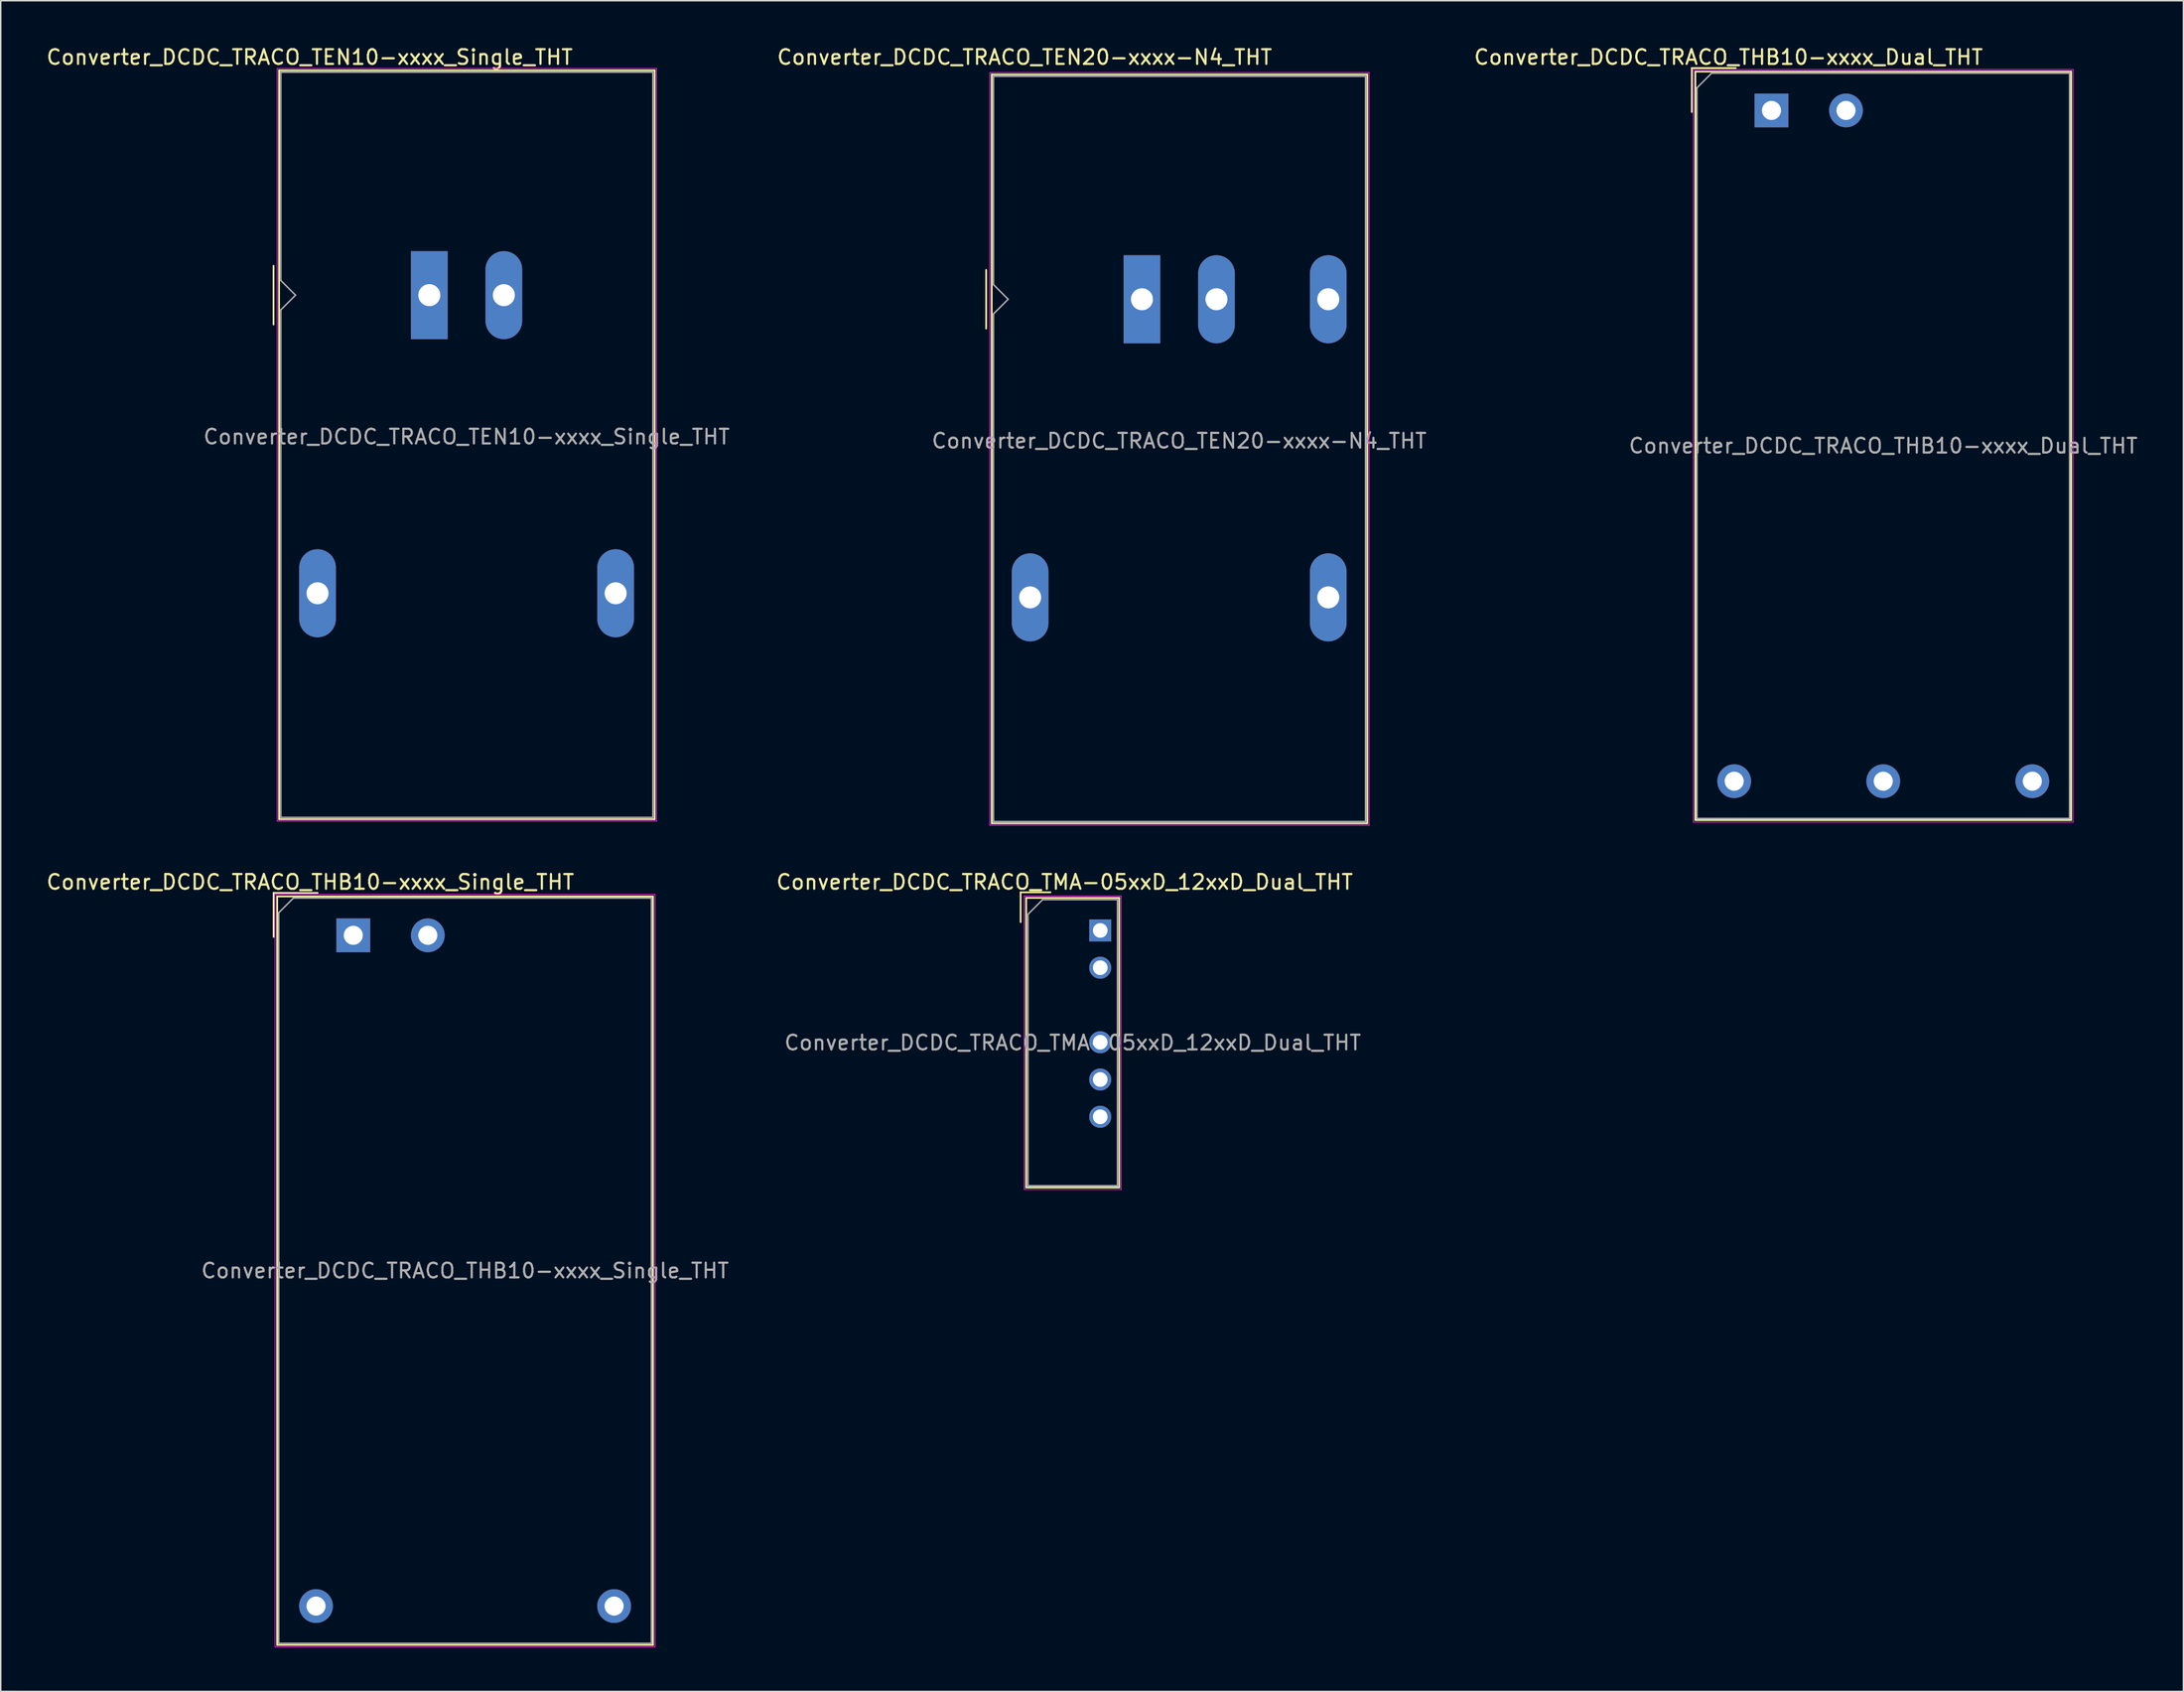
<source format=kicad_pcb>
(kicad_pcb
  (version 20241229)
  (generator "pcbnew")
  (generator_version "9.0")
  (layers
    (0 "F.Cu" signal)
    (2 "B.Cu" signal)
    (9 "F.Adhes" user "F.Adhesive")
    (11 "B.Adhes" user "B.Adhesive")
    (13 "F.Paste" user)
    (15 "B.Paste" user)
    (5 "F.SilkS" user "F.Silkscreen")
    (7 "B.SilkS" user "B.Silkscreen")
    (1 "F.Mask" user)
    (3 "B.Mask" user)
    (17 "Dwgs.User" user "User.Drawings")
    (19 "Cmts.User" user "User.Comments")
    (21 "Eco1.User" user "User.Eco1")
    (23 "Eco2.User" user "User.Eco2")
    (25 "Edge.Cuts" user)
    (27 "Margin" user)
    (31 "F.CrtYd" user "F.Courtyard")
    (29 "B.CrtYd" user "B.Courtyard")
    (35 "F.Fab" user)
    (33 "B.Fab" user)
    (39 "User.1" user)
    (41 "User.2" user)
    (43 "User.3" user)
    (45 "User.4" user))
  (footprint "Converter_DCDC_TRACO_TMA-05xxD_12xxD_Dual_THT"
    (layer "F.Cu")
    (at 71.945 60.371)
    (property "Reference" "Converter_DCDC_TRACO_TMA-05xxD_12xxD_Dual_THT" (at -2.425 -3.3 0) (layer "F.SilkS") (effects (font (size 1 1) (thickness 0.15))))
    (attr through_hole)
    (fp_line (start -5.425 -2.6) (end -3.392 -2.6) (stroke (width 0.12) (type solid)) (layer "F.SilkS"))
    (fp_line (start -5.425 -0.567) (end -5.425 -2.6) (stroke (width 0.12) (type solid)) (layer "F.SilkS"))
    (fp_line (start -5.045 -2.22) (end -5.045 17.52) (stroke (width 0.12) (type solid)) (layer "F.SilkS"))
    (fp_line (start -5.045 -2.22) (end 1.295 -2.22) (stroke (width 0.12) (type solid)) (layer "F.SilkS"))
    (fp_line (start -5.045 17.52) (end 1.295 17.52) (stroke (width 0.12) (type solid)) (layer "F.SilkS"))
    (fp_line (start 1.295 -2.22) (end 1.295 17.52) (stroke (width 0.12) (type solid)) (layer "F.SilkS"))
    (fp_line (start -5.18 -2.35) (end -5.18 17.65) (stroke (width 0.05) (type solid)) (layer "F.CrtYd"))
    (fp_line (start -5.18 -2.35) (end 1.43 -2.35) (stroke (width 0.05) (type solid)) (layer "F.CrtYd"))
    (fp_line (start -5.18 17.65) (end 1.43 17.65) (stroke (width 0.05) (type solid)) (layer "F.CrtYd"))
    (fp_line (start 1.43 -2.35) (end 1.43 17.65) (stroke (width 0.05) (type solid)) (layer "F.CrtYd"))
    (fp_line (start -4.925 -1.1) (end -3.925 -2.1) (stroke (width 0.1) (type solid)) (layer "F.Fab"))
    (fp_line (start -4.925 17.4) (end -4.925 -1.1) (stroke (width 0.1) (type solid)) (layer "F.Fab"))
    (fp_line (start -3.925 -2.1) (end 1.175 -2.1) (stroke (width 0.1) (type solid)) (layer "F.Fab"))
    (fp_line (start 1.175 -2.1) (end 1.175 17.4) (stroke (width 0.1) (type solid)) (layer "F.Fab"))
    (fp_line (start 1.175 17.4) (end -4.925 17.4) (stroke (width 0.1) (type solid)) (layer "F.Fab"))
    (fp_text user "${REFERENCE}" (at -1.875 7.65 0) (layer "F.Fab") (effects (font (size 1 1) (thickness 0.15))))
    (pad "1" thru_hole rect (at 0 0) (size 1.5 1.5) (drill 1) (layers "*.Cu" "*.Mask"))
    (pad "2" thru_hole circle (at 0 2.54) (size 1.5 1.5) (drill 1) (layers "*.Cu" "*.Mask"))
    (pad "4" thru_hole circle (at 0 7.62) (size 1.5 1.5) (drill 1) (layers "*.Cu" "*.Mask"))
    (pad "5" thru_hole circle (at 0 10.16) (size 1.5 1.5) (drill 1) (layers "*.Cu" "*.Mask"))
    (pad "6" thru_hole circle (at 0 12.7) (size 1.5 1.5) (drill 1) (layers "*.Cu" "*.Mask")))
  (footprint "Converter_DCDC_TRACO_TEN20-xxxx-N4_THT"
    (layer "F.Cu")
    (at 74.789 17.348)
    (property "Reference" "Converter_DCDC_TRACO_TEN20-xxxx-N4_THT" (at -8 -16.5 180) (layer "F.SilkS") (effects (font (size 1 1) (thickness 0.15))))
    (attr through_hole)
    (fp_line (start -10.62 -2) (end -10.62 2) (stroke (width 0.12) (type solid)) (layer "F.SilkS"))
    (fp_line (start -10.24 -15.32) (end 15.36 -15.32) (stroke (width 0.12) (type solid)) (layer "F.SilkS"))
    (fp_line (start -10.24 35.72) (end -10.24 -15.32) (stroke (width 0.12) (type solid)) (layer "F.SilkS"))
    (fp_line (start 15.36 -15.32) (end 15.36 35.72) (stroke (width 0.12) (type solid)) (layer "F.SilkS"))
    (fp_line (start 15.36 35.72) (end -10.24 35.72) (stroke (width 0.12) (type solid)) (layer "F.SilkS"))
    (fp_line (start -10.37 -15.45) (end 15.49 -15.45) (stroke (width 0.05) (type solid)) (layer "F.CrtYd"))
    (fp_line (start -10.37 35.85) (end -10.37 -15.45) (stroke (width 0.05) (type solid)) (layer "F.CrtYd"))
    (fp_line (start -10.37 35.85) (end 15.49 35.85) (stroke (width 0.05) (type solid)) (layer "F.CrtYd"))
    (fp_line (start 15.49 35.85) (end 15.49 -15.45) (stroke (width 0.05) (type solid)) (layer "F.CrtYd"))
    (fp_line (start -10.12 -1) (end -10.12 -15.2) (stroke (width 0.1) (type solid)) (layer "F.Fab"))
    (fp_line (start -10.12 1) (end -10.12 35.6) (stroke (width 0.1) (type solid)) (layer "F.Fab"))
    (fp_line (start -10.12 1) (end -9.12 0) (stroke (width 0.1) (type solid)) (layer "F.Fab"))
    (fp_line (start -10.12 35.6) (end 15.24 35.6) (stroke (width 0.1) (type solid)) (layer "F.Fab"))
    (fp_line (start -9.12 0) (end -10.12 -1) (stroke (width 0.1) (type solid)) (layer "F.Fab"))
    (fp_line (start 15.24 -15.2) (end -10.12 -15.2) (stroke (width 0.1) (type solid)) (layer "F.Fab"))
    (fp_line (start 15.24 35.6) (end 15.24 -15.2) (stroke (width 0.1) (type solid)) (layer "F.Fab"))
    (fp_text user "${REFERENCE}" (at 2.54 9.652 0) (layer "F.Fab") (effects (font (size 1 1) (thickness 0.15))))
    (pad "1" thru_hole rect (at 0 0 90) (size 6 2.5) (drill 1.5) (layers "*.Cu" "*.Mask"))
    (pad "2" thru_hole oval (at 5.08 0 90) (size 6 2.5) (drill 1.5) (layers "*.Cu" "*.Mask"))
    (pad "3" thru_hole oval (at -7.62 20.32 90) (size 6 2.5) (drill 1.5) (layers "*.Cu" "*.Mask"))
    (pad "5" thru_hole oval (at 12.7 20.32 90) (size 6 2.5) (drill 1.5) (layers "*.Cu" "*.Mask"))
    (pad "6" thru_hole oval (at 12.7 0 90) (size 6 2.5) (drill 1.5) (layers "*.Cu" "*.Mask")))
  (footprint "Converter_DCDC_TRACO_TEN10-xxxx_Single_THT"
    (layer "F.Cu")
    (at 26.214 17.068)
    (property "Reference" "Converter_DCDC_TRACO_TEN10-xxxx_Single_THT" (at -8.16 -16.22 180) (layer "F.SilkS") (effects (font (size 1 1) (thickness 0.15))))
    (attr through_hole)
    (fp_line (start -10.62 -2) (end -10.62 2) (stroke (width 0.12) (type solid)) (layer "F.SilkS"))
    (fp_line (start -10.24 -15.32) (end 15.36 -15.32) (stroke (width 0.12) (type solid)) (layer "F.SilkS"))
    (fp_line (start -10.24 35.72) (end -10.24 -15.32) (stroke (width 0.12) (type solid)) (layer "F.SilkS"))
    (fp_line (start 15.36 -15.32) (end 15.36 35.72) (stroke (width 0.12) (type solid)) (layer "F.SilkS"))
    (fp_line (start 15.36 35.72) (end -10.24 35.72) (stroke (width 0.12) (type solid)) (layer "F.SilkS"))
    (fp_line (start -10.37 -15.45) (end 15.49 -15.45) (stroke (width 0.05) (type solid)) (layer "F.CrtYd"))
    (fp_line (start -10.37 35.85) (end -10.37 -15.45) (stroke (width 0.05) (type solid)) (layer "F.CrtYd"))
    (fp_line (start -10.37 35.85) (end 15.49 35.85) (stroke (width 0.05) (type solid)) (layer "F.CrtYd"))
    (fp_line (start 15.49 35.85) (end 15.49 -15.45) (stroke (width 0.05) (type solid)) (layer "F.CrtYd"))
    (fp_line (start -10.12 -1) (end -10.12 -15.2) (stroke (width 0.1) (type solid)) (layer "F.Fab"))
    (fp_line (start -10.12 1) (end -10.12 35.6) (stroke (width 0.1) (type solid)) (layer "F.Fab"))
    (fp_line (start -10.12 1) (end -9.12 0) (stroke (width 0.1) (type solid)) (layer "F.Fab"))
    (fp_line (start -10.12 35.6) (end 15.24 35.6) (stroke (width 0.1) (type solid)) (layer "F.Fab"))
    (fp_line (start -9.12 0) (end -10.12 -1) (stroke (width 0.1) (type solid)) (layer "F.Fab"))
    (fp_line (start 15.24 -15.2) (end -10.12 -15.2) (stroke (width 0.1) (type solid)) (layer "F.Fab"))
    (fp_line (start 15.24 35.6) (end 15.24 -15.2) (stroke (width 0.1) (type solid)) (layer "F.Fab"))
    (fp_text user "${REFERENCE}" (at 2.54 9.652 0) (layer "F.Fab") (effects (font (size 1 1) (thickness 0.15))))
    (pad "1" thru_hole rect (at 0 0 90) (size 6 2.5) (drill 1.5) (layers "*.Cu" "*.Mask"))
    (pad "2" thru_hole oval (at 5.08 0 90) (size 6 2.5) (drill 1.5) (layers "*.Cu" "*.Mask"))
    (pad "3" thru_hole oval (at -7.62 20.32 90) (size 6 2.5) (drill 1.5) (layers "*.Cu" "*.Mask"))
    (pad "5" thru_hole oval (at 12.7 20.32 90) (size 6 2.5) (drill 1.5) (layers "*.Cu" "*.Mask")))
  (footprint "Converter_DCDC_TRACO_THB10-xxxx_Single_THT"
    (layer "F.Cu")
    (at 21.031 60.702)
    (property "Reference" "Converter_DCDC_TRACO_THB10-xxxx_Single_THT" (at -2.93 -3.63 0) (layer "F.SilkS") (effects (font (size 1 1) (thickness 0.15))))
    (attr through_hole)
    (fp_line (start -5.43 -2.89) (end -2.43 -2.89) (stroke (width 0.12) (type solid)) (layer "F.SilkS"))
    (fp_line (start -5.43 0.11) (end -5.43 -2.89) (stroke (width 0.12) (type solid)) (layer "F.SilkS"))
    (fp_line (start -5.19 -2.65) (end -5.19 48.37) (stroke (width 0.12) (type solid)) (layer "F.SilkS"))
    (fp_line (start -5.19 -2.65) (end 20.43 -2.65) (stroke (width 0.12) (type solid)) (layer "F.SilkS"))
    (fp_line (start -5.19 48.37) (end 20.43 48.37) (stroke (width 0.12) (type solid)) (layer "F.SilkS"))
    (fp_line (start 20.43 -2.65) (end 20.43 48.37) (stroke (width 0.12) (type solid)) (layer "F.SilkS"))
    (fp_line (start -5.33 -2.79) (end -5.33 48.51) (stroke (width 0.05) (type solid)) (layer "F.CrtYd"))
    (fp_line (start -5.33 -2.79) (end 20.57 -2.79) (stroke (width 0.05) (type solid)) (layer "F.CrtYd"))
    (fp_line (start -5.33 48.51) (end 20.57 48.51) (stroke (width 0.05) (type solid)) (layer "F.CrtYd"))
    (fp_line (start 20.57 -2.79) (end 20.57 48.51) (stroke (width 0.05) (type solid)) (layer "F.CrtYd"))
    (fp_line (start -5.08 -1.54) (end -4.08 -2.54) (stroke (width 0.1) (type solid)) (layer "F.Fab"))
    (fp_line (start -5.08 48.26) (end -5.08 -1.54) (stroke (width 0.1) (type solid)) (layer "F.Fab"))
    (fp_line (start -4.08 -2.54) (end 20.32 -2.54) (stroke (width 0.1) (type solid)) (layer "F.Fab"))
    (fp_line (start 20.32 -2.54) (end 20.32 48.26) (stroke (width 0.1) (type solid)) (layer "F.Fab"))
    (fp_line (start 20.32 48.26) (end -5.08 48.26) (stroke (width 0.1) (type solid)) (layer "F.Fab"))
    (fp_text user "${REFERENCE}" (at 7.62 22.86 0) (layer "F.Fab") (effects (font (size 1 1) (thickness 0.15))))
    (pad "1" thru_hole rect (at 0 0) (size 2.3 2.3) (drill 1.3) (layers "*.Cu" "*.Mask"))
    (pad "2" thru_hole circle (at 5.08 0) (size 2.3 2.3) (drill 1.3) (layers "*.Cu" "*.Mask"))
    (pad "3" thru_hole circle (at -2.54 45.72) (size 2.3 2.3) (drill 1.3) (layers "*.Cu" "*.Mask"))
    (pad "5" thru_hole circle (at 17.78 45.72) (size 2.3 2.3) (drill 1.3) (layers "*.Cu" "*.Mask")))
  (footprint "Converter_DCDC_TRACO_THB10-xxxx_Dual_THT"
    (layer "F.Cu")
    (at 117.7 4.478)
    (property "Reference" "Converter_DCDC_TRACO_THB10-xxxx_Dual_THT" (at -2.93 -3.63 0) (layer "F.SilkS") (effects (font (size 1 1) (thickness 0.15))))
    (attr through_hole)
    (fp_line (start -5.43 -2.89) (end -2.43 -2.89) (stroke (width 0.12) (type solid)) (layer "F.SilkS"))
    (fp_line (start -5.43 0.11) (end -5.43 -2.89) (stroke (width 0.12) (type solid)) (layer "F.SilkS"))
    (fp_line (start -5.19 -2.65) (end -5.19 48.37) (stroke (width 0.12) (type solid)) (layer "F.SilkS"))
    (fp_line (start -5.19 -2.65) (end 20.43 -2.65) (stroke (width 0.12) (type solid)) (layer "F.SilkS"))
    (fp_line (start -5.19 48.37) (end 20.43 48.37) (stroke (width 0.12) (type solid)) (layer "F.SilkS"))
    (fp_line (start 20.43 -2.65) (end 20.43 48.37) (stroke (width 0.12) (type solid)) (layer "F.SilkS"))
    (fp_line (start -5.33 -2.79) (end -5.33 48.51) (stroke (width 0.05) (type solid)) (layer "F.CrtYd"))
    (fp_line (start -5.33 -2.79) (end 20.57 -2.79) (stroke (width 0.05) (type solid)) (layer "F.CrtYd"))
    (fp_line (start -5.33 48.51) (end 20.57 48.51) (stroke (width 0.05) (type solid)) (layer "F.CrtYd"))
    (fp_line (start 20.57 -2.79) (end 20.57 48.51) (stroke (width 0.05) (type solid)) (layer "F.CrtYd"))
    (fp_line (start -5.08 -1.54) (end -4.08 -2.54) (stroke (width 0.1) (type solid)) (layer "F.Fab"))
    (fp_line (start -5.08 48.26) (end -5.08 -1.54) (stroke (width 0.1) (type solid)) (layer "F.Fab"))
    (fp_line (start -4.08 -2.54) (end 20.32 -2.54) (stroke (width 0.1) (type solid)) (layer "F.Fab"))
    (fp_line (start 20.32 -2.54) (end 20.32 48.26) (stroke (width 0.1) (type solid)) (layer "F.Fab"))
    (fp_line (start 20.32 48.26) (end -5.08 48.26) (stroke (width 0.1) (type solid)) (layer "F.Fab"))
    (fp_text user "${REFERENCE}" (at 7.62 22.86 0) (layer "F.Fab") (effects (font (size 1 1) (thickness 0.15))))
    (pad "1" thru_hole rect (at 0 0) (size 2.3 2.3) (drill 1.3) (layers "*.Cu" "*.Mask"))
    (pad "2" thru_hole circle (at 5.08 0) (size 2.3 2.3) (drill 1.3) (layers "*.Cu" "*.Mask"))
    (pad "3" thru_hole circle (at -2.54 45.72) (size 2.3 2.3) (drill 1.3) (layers "*.Cu" "*.Mask"))
    (pad "4" thru_hole circle (at 7.62 45.72) (size 2.3 2.3) (drill 1.3) (layers "*.Cu" "*.Mask"))
    (pad "5" thru_hole circle (at 17.78 45.72) (size 2.3 2.3) (drill 1.3) (layers "*.Cu" "*.Mask")))
  (gr_rect
    (start -3 -3)
    (end 145.778 112.237)
    (stroke (width 0.1) (type default))
    (fill no)
    (layer "Edge.Cuts")))
</source>
